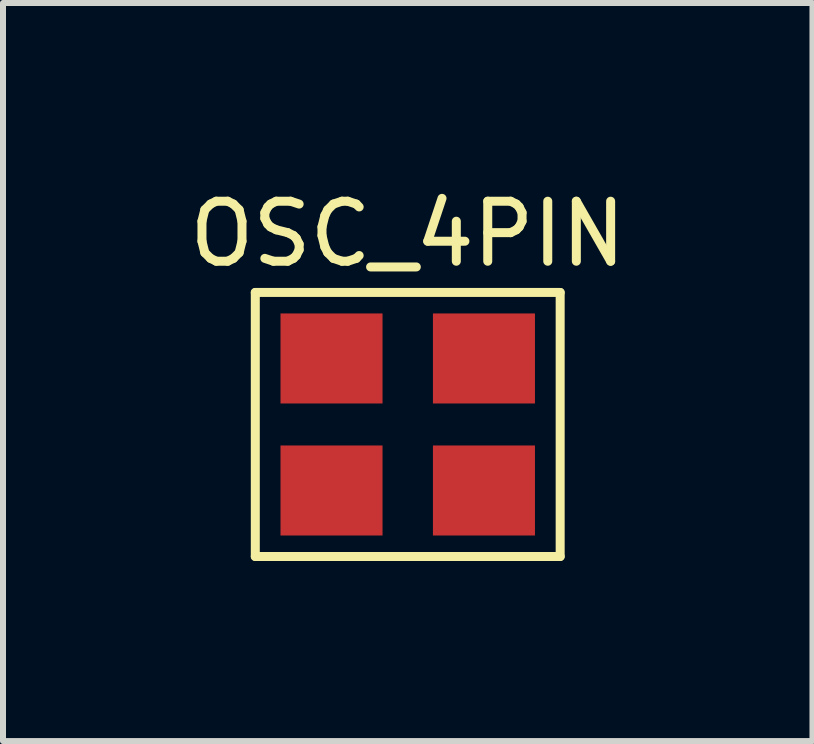
<source format=kicad_pcb>
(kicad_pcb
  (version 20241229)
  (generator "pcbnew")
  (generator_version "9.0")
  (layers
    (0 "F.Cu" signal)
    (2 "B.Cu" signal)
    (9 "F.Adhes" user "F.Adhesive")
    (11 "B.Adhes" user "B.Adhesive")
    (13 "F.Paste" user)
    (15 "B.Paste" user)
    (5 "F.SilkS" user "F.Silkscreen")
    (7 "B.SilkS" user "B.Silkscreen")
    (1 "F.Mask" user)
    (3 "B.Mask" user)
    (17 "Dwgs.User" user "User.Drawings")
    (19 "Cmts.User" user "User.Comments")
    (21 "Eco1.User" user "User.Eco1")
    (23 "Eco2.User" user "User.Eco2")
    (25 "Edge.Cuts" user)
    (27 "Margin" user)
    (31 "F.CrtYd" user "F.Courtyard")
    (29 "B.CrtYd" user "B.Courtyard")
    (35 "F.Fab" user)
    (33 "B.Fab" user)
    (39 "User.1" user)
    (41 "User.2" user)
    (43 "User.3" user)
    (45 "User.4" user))
  (footprint "OSC_4PIN"
    (layer "F.Cu")
    (at 3.744 4.023)
    (property "Reference" "OSC_4PIN" (at 0 -3.175 0) (layer "F.SilkS") (effects (font (size 1 1) (thickness 0.15))))
    (attr through_hole)
    (fp_line (start -2.54 -2.2) (end -2.54 2.2) (stroke (width 0.15) (type solid)) (layer "F.SilkS"))
    (fp_line (start -2.54 2.2) (end 2.54 2.2) (stroke (width 0.15) (type solid)) (layer "F.SilkS"))
    (fp_line (start 2.54 -2.2) (end -2.54 -2.2) (stroke (width 0.15) (type solid)) (layer "F.SilkS"))
    (fp_line (start 2.54 2.2) (end 2.54 -2.2) (stroke (width 0.15) (type solid)) (layer "F.SilkS"))
    (pad "1" smd rect (at -1.27 1.1) (size 1.7 1.5) (layers "F.Cu" "F.Mask" "F.Paste"))
    (pad "2" smd rect (at 1.27 1.1) (size 1.7 1.5) (layers "F.Cu" "F.Mask" "F.Paste"))
    (pad "3" smd rect (at 1.27 -1.1) (size 1.7 1.5) (layers "F.Cu" "F.Mask" "F.Paste"))
    (pad "4" smd rect (at -1.27 -1.1) (size 1.7 1.5) (layers "F.Cu" "F.Mask" "F.Paste")))
  (gr_rect
    (start -3 -3)
    (end 10.488 9.298)
    (stroke (width 0.1) (type default))
    (fill no)
    (layer "Edge.Cuts")))
</source>
